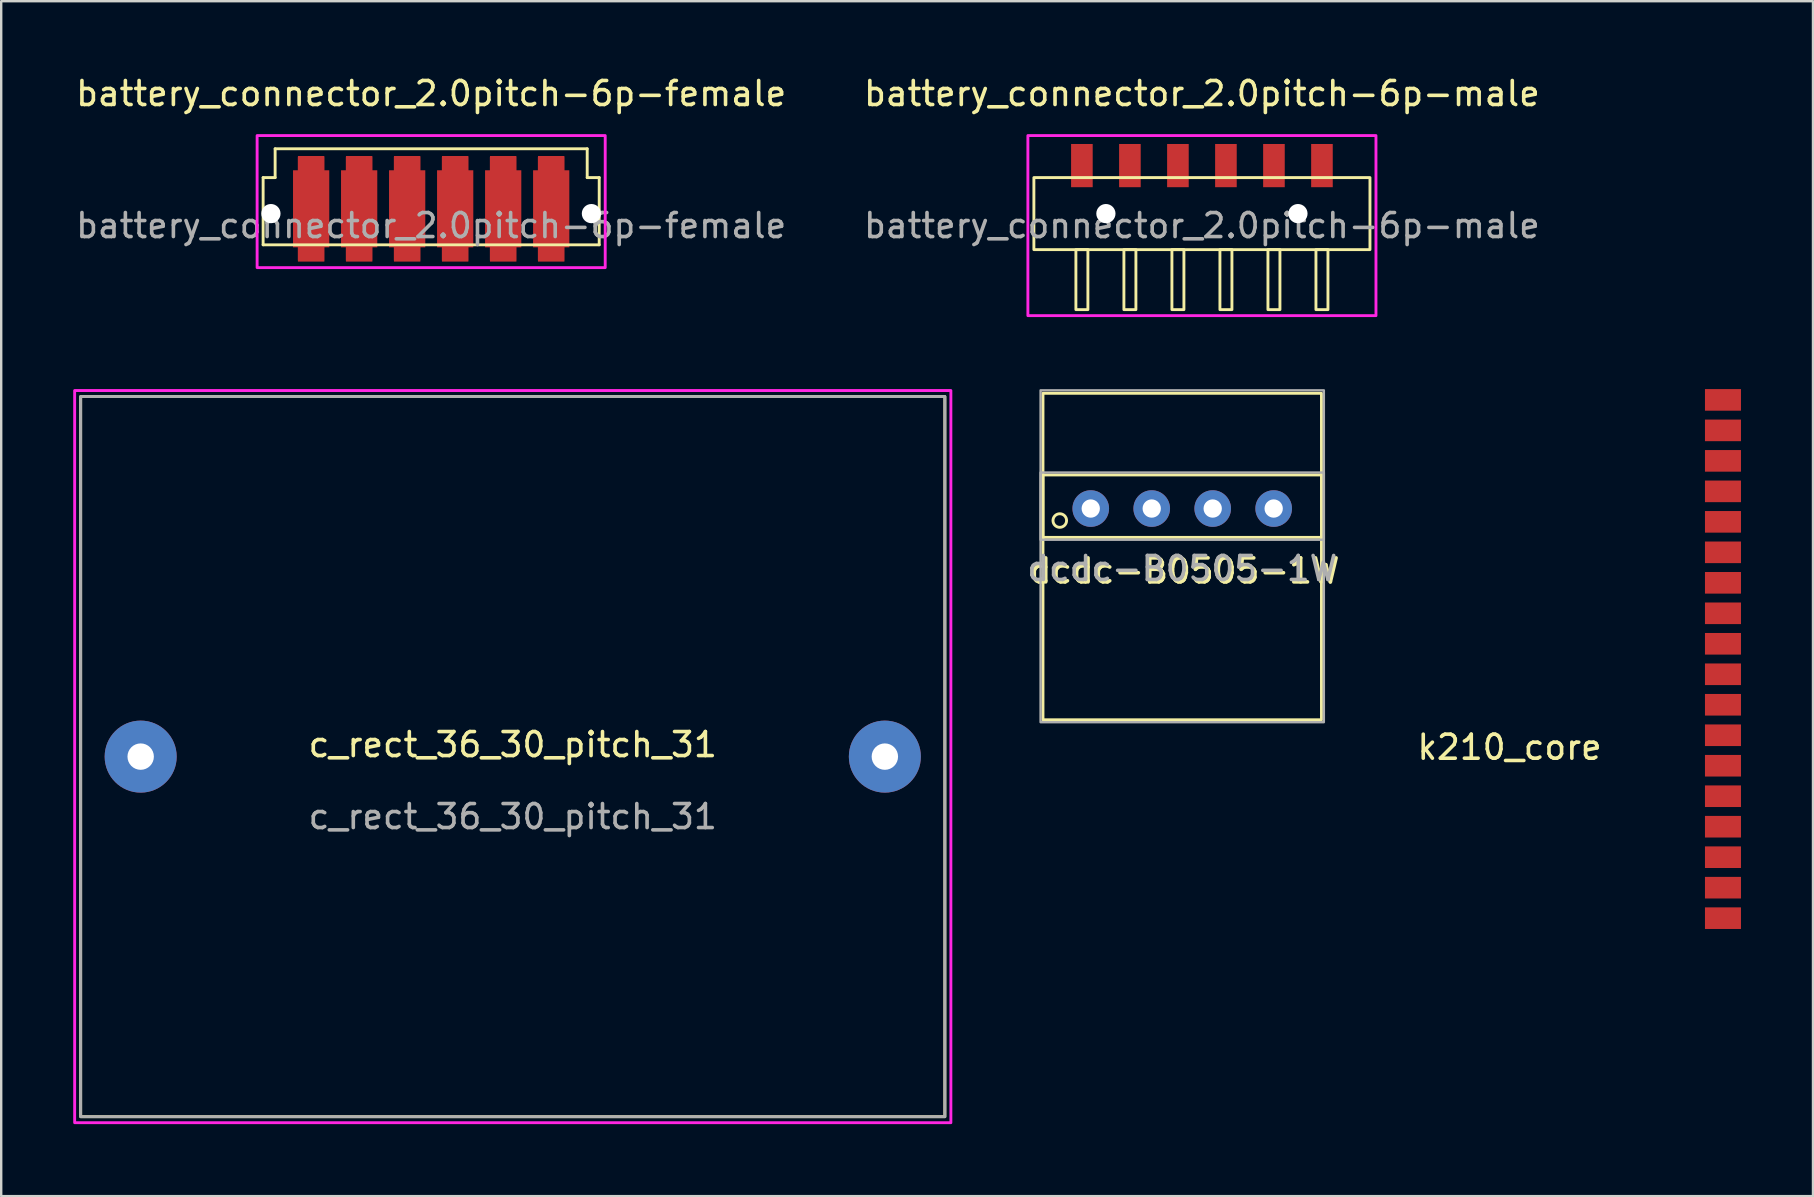
<source format=kicad_pcb>
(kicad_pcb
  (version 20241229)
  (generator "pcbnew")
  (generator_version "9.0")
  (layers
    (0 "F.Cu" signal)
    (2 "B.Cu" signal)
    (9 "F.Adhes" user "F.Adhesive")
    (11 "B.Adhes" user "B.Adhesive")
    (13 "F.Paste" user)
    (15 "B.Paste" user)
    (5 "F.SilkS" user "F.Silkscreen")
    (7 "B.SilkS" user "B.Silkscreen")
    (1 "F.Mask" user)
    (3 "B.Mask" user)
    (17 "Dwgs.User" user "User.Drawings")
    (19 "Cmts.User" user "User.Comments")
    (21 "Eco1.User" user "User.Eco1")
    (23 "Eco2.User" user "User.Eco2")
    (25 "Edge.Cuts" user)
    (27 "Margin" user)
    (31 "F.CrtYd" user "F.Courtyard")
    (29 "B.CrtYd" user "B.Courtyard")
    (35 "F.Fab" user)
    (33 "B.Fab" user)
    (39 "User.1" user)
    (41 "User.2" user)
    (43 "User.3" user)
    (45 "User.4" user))
  (footprint "battery_connector_2.0pitch-6p-male"
    (layer "F.Cu")
    (at 47.018 5.848)
    (property "Reference" "battery_connector_2.0pitch-6p-male" (at 0 -5 0) (unlocked yes) (layer "F.SilkS") (effects (font (size 1 1) (thickness 0.15))))
    (fp_rect (start -7 -1.5) (end 7 1.5) (stroke (width 0.12) (type solid)) (fill no) (layer "F.SilkS"))
    (fp_rect (start -5.25 1.5) (end -4.75 4) (stroke (width 0.12) (type solid)) (fill no) (layer "F.SilkS"))
    (fp_rect (start -3.25 1.5) (end -2.75 4) (stroke (width 0.12) (type solid)) (fill no) (layer "F.SilkS"))
    (fp_rect (start -1.25 1.5) (end -0.75 4) (stroke (width 0.12) (type solid)) (fill no) (layer "F.SilkS"))
    (fp_rect (start 0.75 1.5) (end 1.25 4) (stroke (width 0.12) (type solid)) (fill no) (layer "F.SilkS"))
    (fp_rect (start 2.75 1.5) (end 3.25 4) (stroke (width 0.12) (type solid)) (fill no) (layer "F.SilkS"))
    (fp_rect (start 4.75 1.5) (end 5.25 4) (stroke (width 0.12) (type solid)) (fill no) (layer "F.SilkS"))
    (fp_rect (start -7.25 -3.25) (end 7.25 4.25) (stroke (width 0.12) (type solid)) (fill no) (layer "F.CrtYd"))
    (fp_text user "${REFERENCE}" (at 0 0.5 0) (unlocked yes) (layer "F.Fab") (effects (font (size 1 1) (thickness 0.15))))
    (pad "" np_thru_hole circle (at -4 0) (size 0.8 0.8) (drill 0.8) (layers "*.Cu" "*.Mask"))
    (pad "" np_thru_hole circle (at 4 0) (size 0.8 0.8) (drill 0.8) (layers "*.Cu" "*.Mask"))
    (pad "1" smd rect (at -5 -2) (size 0.9 1.8) (layers "F.Cu" "F.Mask" "F.Paste"))
    (pad "2" smd rect (at -3 -2) (size 0.9 1.8) (layers "F.Cu" "F.Mask" "F.Paste"))
    (pad "3" smd rect (at -1 -2) (size 0.9 1.8) (layers "F.Cu" "F.Mask" "F.Paste"))
    (pad "4" smd rect (at 1 -2) (size 0.9 1.8) (layers "F.Cu" "F.Mask" "F.Paste"))
    (pad "5" smd rect (at 3 -2) (size 0.9 1.8) (layers "F.Cu" "F.Mask" "F.Paste"))
    (pad "6" smd rect (at 5 -2) (size 0.9 1.8) (layers "F.Cu" "F.Mask" "F.Paste")))
  (footprint "k210_core"
    (layer "F.Cu")
    (at 59.833 27.578)
    (property "Reference" "k210_core" (at 0 0.5 0) (layer "F.SilkS") (effects (font (size 1 1) (thickness 0.15))))
    (attr through_hole)
    (pad "1" smd rect (at 8.89 7.62) (size 1.5 0.9) (layers "F.Cu" "F.Mask" "F.Paste"))
    (pad "2" smd rect (at 8.89 6.35) (size 1.5 0.9) (layers "F.Cu" "F.Mask" "F.Paste"))
    (pad "3" smd rect (at 8.89 5.08) (size 1.5 0.9) (layers "F.Cu" "F.Mask" "F.Paste"))
    (pad "4" smd rect (at 8.89 3.81) (size 1.5 0.9) (layers "F.Cu" "F.Mask" "F.Paste"))
    (pad "5" smd rect (at 8.89 2.54) (size 1.5 0.9) (layers "F.Cu" "F.Mask" "F.Paste"))
    (pad "6" smd rect (at 8.89 1.27) (size 1.5 0.9) (layers "F.Cu" "F.Mask" "F.Paste"))
    (pad "7" smd rect (at 8.89 0) (size 1.5 0.9) (layers "F.Cu" "F.Mask" "F.Paste"))
    (pad "8" smd rect (at 8.89 -1.27) (size 1.5 0.9) (layers "F.Cu" "F.Mask" "F.Paste"))
    (pad "9" smd rect (at 8.89 -2.54) (size 1.5 0.9) (layers "F.Cu" "F.Mask" "F.Paste"))
    (pad "10" smd rect (at 8.89 -3.81) (size 1.5 0.9) (layers "F.Cu" "F.Mask" "F.Paste"))
    (pad "11" smd rect (at 8.89 -5.08) (size 1.5 0.9) (layers "F.Cu" "F.Mask" "F.Paste"))
    (pad "12" smd rect (at 8.89 -6.35) (size 1.5 0.9) (layers "F.Cu" "F.Mask" "F.Paste"))
    (pad "13" smd rect (at 8.89 -7.62) (size 1.5 0.9) (layers "F.Cu" "F.Mask" "F.Paste"))
    (pad "14" smd rect (at 8.89 -8.89) (size 1.5 0.9) (layers "F.Cu" "F.Mask" "F.Paste"))
    (pad "15" smd rect (at 8.89 -10.16) (size 1.5 0.9) (layers "F.Cu" "F.Mask" "F.Paste"))
    (pad "16" smd rect (at 8.89 -11.43) (size 1.5 0.9) (layers "F.Cu" "F.Mask" "F.Paste"))
    (pad "17" smd rect (at 8.89 -12.7) (size 1.5 0.9) (layers "F.Cu" "F.Mask" "F.Paste"))
    (pad "18" smd rect (at 8.89 -13.97) (size 1.5 0.9) (layers "F.Cu" "F.Mask" "F.Paste")))
  (footprint "c_rect_36_30_pitch_31"
    (layer "F.Cu")
    (at 18.31 28.468)
    (property "Reference" "c_rect_36_30_pitch_31" (at 0 -0.5 0) (unlocked yes) (layer "F.SilkS") (effects (font (size 1 1) (thickness 0.15))))
    (attr through_hole)
    (fp_rect (start -18 -15) (end 18 15) (stroke (width 0.12) (type solid)) (fill no) (layer "F.SilkS"))
    (fp_rect (start -18.25 -15.25) (end 18.25 15.25) (stroke (width 0.12) (type solid)) (fill no) (layer "F.CrtYd"))
    (fp_rect (start -18 -15) (end 18 15) (stroke (width 0.12) (type solid)) (fill no) (layer "F.Fab"))
    (fp_text user "${REFERENCE}" (at 0 2.5 0) (unlocked yes) (layer "F.Fab") (effects (font (size 1 1) (thickness 0.15))))
    (pad "1" thru_hole circle (at -15.5 0) (size 3 3) (drill 1.1) (layers "*.Cu" "*.Mask"))
    (pad "2" thru_hole circle (at 15.5 0) (size 3 3) (drill 1.1) (layers "*.Cu" "*.Mask")))
  (footprint "battery_connector_2.0pitch-6p-female"
    (layer "F.Cu")
    (at 14.911 5.848)
    (property "Reference" "battery_connector_2.0pitch-6p-female" (at 0 -5 0) (unlocked yes) (layer "F.SilkS") (effects (font (size 1 1) (thickness 0.15))))
    (fp_line (start -7 -1.5) (end -7 1.3) (stroke (width 0.12) (type solid)) (layer "F.SilkS"))
    (fp_line (start -7 1.3) (end 7 1.3) (stroke (width 0.12) (type solid)) (layer "F.SilkS"))
    (fp_line (start -6.5 -2.7) (end 6.5 -2.7) (stroke (width 0.12) (type solid)) (layer "F.SilkS"))
    (fp_line (start -6.5 -1.5) (end -7 -1.5) (stroke (width 0.12) (type solid)) (layer "F.SilkS"))
    (fp_line (start -6.5 -1.5) (end -6.5 -2.7) (stroke (width 0.12) (type solid)) (layer "F.SilkS"))
    (fp_line (start 6.5 -2.7) (end 6.5 -1.5) (stroke (width 0.12) (type solid)) (layer "F.SilkS"))
    (fp_line (start 6.5 -1.5) (end 7 -1.5) (stroke (width 0.12) (type solid)) (layer "F.SilkS"))
    (fp_line (start 7 1.3) (end 7 -1.5) (stroke (width 0.12) (type solid)) (layer "F.SilkS"))
    (fp_rect (start -7.25 -3.25) (end 7.25 2.25) (stroke (width 0.12) (type solid)) (fill no) (layer "F.CrtYd"))
    (fp_text user "${REFERENCE}" (at 0 0.5 0) (unlocked yes) (layer "F.Fab") (effects (font (size 1 1) (thickness 0.15))))
    (pad "" np_thru_hole circle (at -6.675 0) (size 0.8 0.8) (drill 0.8) (layers "*.Cu" "*.Mask"))
    (pad "" np_thru_hole circle (at 6.675 0) (size 0.8 0.8) (drill 0.8) (layers "*.Cu" "*.Mask"))
    (pad "1" smd custom (at -5 -0.2 180) (size 1.1 4.4) (layers "F.Cu" "F.Mask" "F.Paste") (options (anchor rect)) (primitives (gr_poly (pts (xy 0.55 2.15) (xy 0.55 1.6) (xy 0.75 1.6) (xy 0.75 -1.6) (xy 0.55 -1.6) (xy 0.55 -2.15) (xy -0.55 -2.15) (xy -0.55 -1.6) (xy -0.75 -1.6) (xy -0.75 1.6) (xy -0.55 1.6) (xy -0.55 2.15)) (width 0.01) (fill yes))))
    (pad "2" smd custom (at -3 -0.2 180) (size 1.1 4.4) (layers "F.Cu" "F.Mask" "F.Paste") (options (anchor rect)) (primitives (gr_poly (pts (xy 0.55 2.15) (xy 0.55 1.6) (xy 0.75 1.6) (xy 0.75 -1.6) (xy 0.55 -1.6) (xy 0.55 -2.15) (xy -0.55 -2.15) (xy -0.55 -1.6) (xy -0.75 -1.6) (xy -0.75 1.6) (xy -0.55 1.6) (xy -0.55 2.15)) (width 0.01) (fill yes))))
    (pad "3" smd custom (at -1 -0.2 180) (size 1.1 4.4) (layers "F.Cu" "F.Mask" "F.Paste") (options (anchor rect)) (primitives (gr_poly (pts (xy 0.55 2.15) (xy 0.55 1.6) (xy 0.75 1.6) (xy 0.75 -1.6) (xy 0.55 -1.6) (xy 0.55 -2.15) (xy -0.55 -2.15) (xy -0.55 -1.6) (xy -0.75 -1.6) (xy -0.75 1.6) (xy -0.55 1.6) (xy -0.55 2.15)) (width 0.01) (fill yes))))
    (pad "4" smd custom (at 1 -0.2 180) (size 1.1 4.4) (layers "F.Cu" "F.Mask" "F.Paste") (options (anchor rect)) (primitives (gr_poly (pts (xy 0.55 2.15) (xy 0.55 1.6) (xy 0.75 1.6) (xy 0.75 -1.6) (xy 0.55 -1.6) (xy 0.55 -2.15) (xy -0.55 -2.15) (xy -0.55 -1.6) (xy -0.75 -1.6) (xy -0.75 1.6) (xy -0.55 1.6) (xy -0.55 2.15)) (width 0.01) (fill yes))))
    (pad "5" smd custom (at 3 -0.2 180) (size 1.1 4.4) (layers "F.Cu" "F.Mask" "F.Paste") (options (anchor rect)) (primitives (gr_poly (pts (xy 0.55 2.15) (xy 0.55 1.6) (xy 0.75 1.6) (xy 0.75 -1.6) (xy 0.55 -1.6) (xy 0.55 -2.15) (xy -0.55 -2.15) (xy -0.55 -1.6) (xy -0.75 -1.6) (xy -0.75 1.6) (xy -0.55 1.6) (xy -0.55 2.15)) (width 0.01) (fill yes))))
    (pad "6" smd custom (at 5 -0.2 180) (size 1.1 4.4) (layers "F.Cu" "F.Mask" "F.Paste") (options (anchor rect)) (primitives (gr_poly (pts (xy 0.55 2.15) (xy 0.55 1.6) (xy 0.75 1.6) (xy 0.75 -1.6) (xy 0.55 -1.6) (xy 0.55 -2.15) (xy -0.55 -2.15) (xy -0.55 -1.6) (xy -0.75 -1.6) (xy -0.75 1.6) (xy -0.55 1.6) (xy -0.55 2.15)) (width 0.01) (fill yes)))))
  (footprint "dcdc-B0505-1W"
    (layer "F.Cu")
    (at 46.197 18.134)
    (property "Reference" "dcdc-B0505-1W" (at 0.1 2.6 0) (unlocked yes) (layer "F.SilkS") (effects (font (size 1 1) (thickness 0.15))))
    (attr through_hole)
    (fp_rect (start -5.8 1.2) (end 5.8 -4.8) (stroke (width 0.12) (type default)) (fill no) (layer "F.SilkS"))
    (fp_rect (start -5.8 8.8) (end 5.8 -1.4) (stroke (width 0.12) (type default)) (fill no) (layer "F.SilkS"))
    (fp_circle (center -5.1 0.5) (end -4.9 0.7) (stroke (width 0.12) (type default)) (fill no) (layer "F.SilkS"))
    (fp_rect (start -5.9 -4.925) (end 5.9 1.3) (stroke (width 0.1) (type default)) (fill no) (layer "F.Fab"))
    (fp_rect (start -5.9 8.9) (end 5.9 -1.5) (stroke (width 0.1) (type default)) (fill no) (layer "F.Fab"))
    (fp_text user "${REFERENCE}" (at 0 2.5 0) (unlocked yes) (layer "F.Fab") (effects (font (size 1 1) (thickness 0.15))))
    (pad "1" thru_hole circle (at -3.81 0) (size 1.524 1.524) (drill 0.762) (layers "*.Cu" "*.Mask"))
    (pad "2" thru_hole circle (at -1.27 0) (size 1.524 1.524) (drill 0.762) (layers "*.Cu" "*.Mask"))
    (pad "3" thru_hole circle (at 1.27 0) (size 1.524 1.524) (drill 0.762) (layers "*.Cu" "*.Mask"))
    (pad "4" thru_hole circle (at 3.81 0) (size 1.524 1.524) (drill 0.762) (layers "*.Cu" "*.Mask")))
  (gr_rect
    (start -3 -3)
    (end 72.473 46.778)
    (stroke (width 0.1) (type default))
    (fill no)
    (layer "Edge.Cuts")))
</source>
